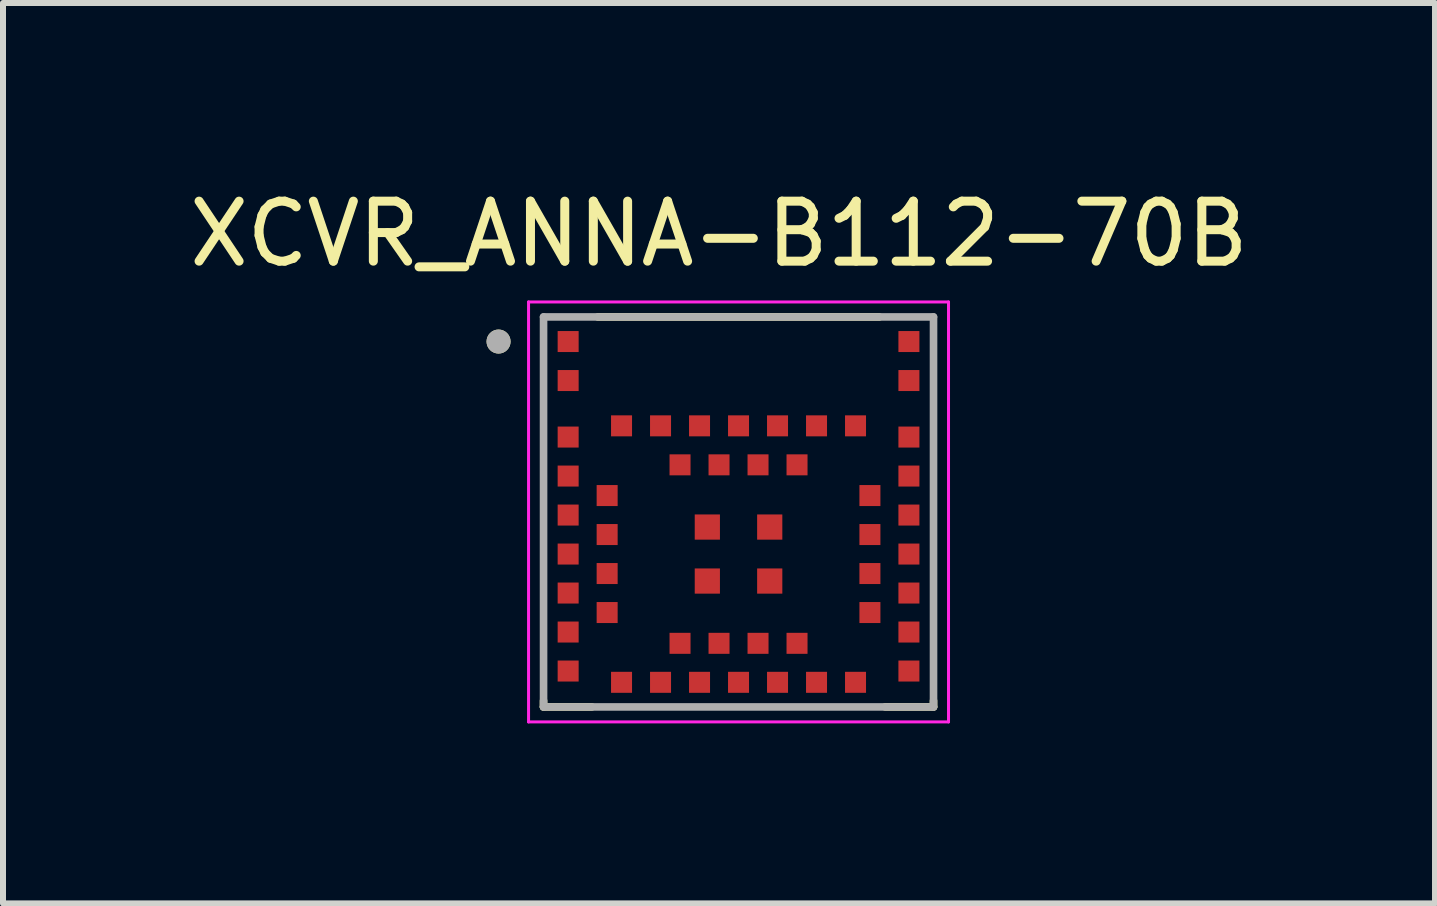
<source format=kicad_pcb>
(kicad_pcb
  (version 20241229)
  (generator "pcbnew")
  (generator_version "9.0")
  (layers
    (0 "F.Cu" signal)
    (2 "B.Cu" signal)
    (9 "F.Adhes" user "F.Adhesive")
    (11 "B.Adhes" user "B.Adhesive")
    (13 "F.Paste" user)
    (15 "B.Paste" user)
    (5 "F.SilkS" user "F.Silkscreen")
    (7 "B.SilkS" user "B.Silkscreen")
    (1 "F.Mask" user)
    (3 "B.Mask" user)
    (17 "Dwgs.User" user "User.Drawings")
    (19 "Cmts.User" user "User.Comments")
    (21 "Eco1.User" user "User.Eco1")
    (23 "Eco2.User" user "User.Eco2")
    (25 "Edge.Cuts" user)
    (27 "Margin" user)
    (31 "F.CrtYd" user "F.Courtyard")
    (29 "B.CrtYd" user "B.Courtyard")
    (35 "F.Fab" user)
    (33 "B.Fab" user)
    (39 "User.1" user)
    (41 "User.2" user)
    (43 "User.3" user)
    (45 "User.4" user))
  (footprint "XCVR_ANNA-B112-70B"
    (layer "F.Cu")
    (at 9.26 5.483)
    (property "Reference" "XCVR_ANNA-B112-70B" (at -0.325 -4.635 0) (layer "F.SilkS") (effects (font (size 1 1) (thickness 0.15))))
    (attr smd)
    (fp_line (start -3.25 3.25) (end -3.25 3.147) (stroke (width 0.127) (type solid)) (layer "F.SilkS"))
    (fp_line (start -3.25 3.25) (end -2.445 3.25) (stroke (width 0.127) (type solid)) (layer "F.SilkS"))
    (fp_line (start -2.345 -3.25) (end 2.345 -3.25) (stroke (width 0.127) (type solid)) (layer "F.SilkS"))
    (fp_line (start 2.445 3.25) (end 3.25 3.25) (stroke (width 0.127) (type solid)) (layer "F.SilkS"))
    (fp_line (start 3.25 3.25) (end 3.25 3.147) (stroke (width 0.127) (type solid)) (layer "F.SilkS"))
    (fp_circle (center -4 -2.84) (end -3.9 -2.84) (stroke (width 0.2) (type solid)) (fill no) (layer "F.SilkS"))
    (fp_line (start -3.5 -3.5) (end -3.5 3.5) (stroke (width 0.05) (type solid)) (layer "F.CrtYd"))
    (fp_line (start -3.5 3.5) (end 3.5 3.5) (stroke (width 0.05) (type solid)) (layer "F.CrtYd"))
    (fp_line (start 3.5 -3.5) (end -3.5 -3.5) (stroke (width 0.05) (type solid)) (layer "F.CrtYd"))
    (fp_line (start 3.5 3.5) (end 3.5 -3.5) (stroke (width 0.05) (type solid)) (layer "F.CrtYd"))
    (fp_line (start -3.25 -3.25) (end -3.25 3.25) (stroke (width 0.127) (type solid)) (layer "F.Fab"))
    (fp_line (start -3.25 3.25) (end 3.25 3.25) (stroke (width 0.127) (type solid)) (layer "F.Fab"))
    (fp_line (start 3.25 -3.25) (end -3.25 -3.25) (stroke (width 0.127) (type solid)) (layer "F.Fab"))
    (fp_line (start 3.25 3.25) (end 3.25 -3.25) (stroke (width 0.127) (type solid)) (layer "F.Fab"))
    (fp_circle (center -4 -2.84) (end -3.9 -2.84) (stroke (width 0.2) (type solid)) (fill no) (layer "F.Fab"))
    (pad "1" smd rect (at -2.84 -2.84) (size 0.35 0.35) (layers "F.Cu" "F.Mask" "F.Paste"))
    (pad "2" smd rect (at -2.84 -2.19) (size 0.35 0.35) (layers "F.Cu" "F.Mask" "F.Paste"))
    (pad "3" smd rect (at -2.84 -1.248) (size 0.35 0.35) (layers "F.Cu" "F.Mask" "F.Paste"))
    (pad "4" smd rect (at -2.84 -0.598) (size 0.35 0.35) (layers "F.Cu" "F.Mask" "F.Paste"))
    (pad "5" smd rect (at -2.84 0.052) (size 0.35 0.35) (layers "F.Cu" "F.Mask" "F.Paste"))
    (pad "6" smd rect (at -2.84 0.702) (size 0.35 0.35) (layers "F.Cu" "F.Mask" "F.Paste"))
    (pad "7" smd rect (at -2.84 1.352) (size 0.35 0.35) (layers "F.Cu" "F.Mask" "F.Paste"))
    (pad "8" smd rect (at -2.84 2.002) (size 0.35 0.35) (layers "F.Cu" "F.Mask" "F.Paste"))
    (pad "9" smd rect (at -2.84 2.652) (size 0.35 0.35) (layers "F.Cu" "F.Mask" "F.Paste"))
    (pad "10" smd rect (at -2.19 -0.273) (size 0.35 0.35) (layers "F.Cu" "F.Mask" "F.Paste"))
    (pad "11" smd rect (at -2.19 0.377) (size 0.35 0.35) (layers "F.Cu" "F.Mask" "F.Paste"))
    (pad "12" smd rect (at -2.19 1.027) (size 0.35 0.35) (layers "F.Cu" "F.Mask" "F.Paste"))
    (pad "13" smd rect (at -2.19 1.677) (size 0.35 0.35) (layers "F.Cu" "F.Mask" "F.Paste"))
    (pad "14" smd rect (at -1.95 2.84) (size 0.35 0.35) (layers "F.Cu" "F.Mask" "F.Paste"))
    (pad "15" smd rect (at -1.3 2.84) (size 0.35 0.35) (layers "F.Cu" "F.Mask" "F.Paste"))
    (pad "16" smd rect (at -0.65 2.84) (size 0.35 0.35) (layers "F.Cu" "F.Mask" "F.Paste"))
    (pad "17" smd rect (at 0 2.84) (size 0.35 0.35) (layers "F.Cu" "F.Mask" "F.Paste"))
    (pad "18" smd rect (at 0.65 2.84) (size 0.35 0.35) (layers "F.Cu" "F.Mask" "F.Paste"))
    (pad "19" smd rect (at 1.3 2.84) (size 0.35 0.35) (layers "F.Cu" "F.Mask" "F.Paste"))
    (pad "20" smd rect (at 1.95 2.84) (size 0.35 0.35) (layers "F.Cu" "F.Mask" "F.Paste"))
    (pad "21" smd rect (at -0.975 2.19) (size 0.35 0.35) (layers "F.Cu" "F.Mask" "F.Paste"))
    (pad "22" smd rect (at -0.325 2.19) (size 0.35 0.35) (layers "F.Cu" "F.Mask" "F.Paste"))
    (pad "23" smd rect (at 0.325 2.19) (size 0.35 0.35) (layers "F.Cu" "F.Mask" "F.Paste"))
    (pad "24" smd rect (at 0.975 2.19) (size 0.35 0.35) (layers "F.Cu" "F.Mask" "F.Paste"))
    (pad "25" smd rect (at 2.84 2.652) (size 0.35 0.35) (layers "F.Cu" "F.Mask" "F.Paste"))
    (pad "26" smd rect (at 2.84 2.002) (size 0.35 0.35) (layers "F.Cu" "F.Mask" "F.Paste"))
    (pad "27" smd rect (at 2.84 1.352) (size 0.35 0.35) (layers "F.Cu" "F.Mask" "F.Paste"))
    (pad "28" smd rect (at 2.84 0.702) (size 0.35 0.35) (layers "F.Cu" "F.Mask" "F.Paste"))
    (pad "29" smd rect (at 2.84 0.052) (size 0.35 0.35) (layers "F.Cu" "F.Mask" "F.Paste"))
    (pad "30" smd rect (at 2.84 -0.598) (size 0.35 0.35) (layers "F.Cu" "F.Mask" "F.Paste"))
    (pad "31" smd rect (at 2.84 -1.248) (size 0.35 0.35) (layers "F.Cu" "F.Mask" "F.Paste"))
    (pad "32" smd rect (at 2.84 -2.19) (size 0.35 0.35) (layers "F.Cu" "F.Mask" "F.Paste"))
    (pad "33" smd rect (at 2.84 -2.84) (size 0.35 0.35) (layers "F.Cu" "F.Mask" "F.Paste"))
    (pad "34" smd rect (at 2.19 1.677) (size 0.35 0.35) (layers "F.Cu" "F.Mask" "F.Paste"))
    (pad "35" smd rect (at 2.19 1.027) (size 0.35 0.35) (layers "F.Cu" "F.Mask" "F.Paste"))
    (pad "36" smd rect (at 2.19 0.377) (size 0.35 0.35) (layers "F.Cu" "F.Mask" "F.Paste"))
    (pad "37" smd rect (at 2.19 -0.273) (size 0.35 0.35) (layers "F.Cu" "F.Mask" "F.Paste"))
    (pad "38" smd rect (at 1.95 -1.435) (size 0.35 0.35) (layers "F.Cu" "F.Mask" "F.Paste"))
    (pad "39" smd rect (at 1.3 -1.435) (size 0.35 0.35) (layers "F.Cu" "F.Mask" "F.Paste"))
    (pad "40" smd rect (at 0.65 -1.435) (size 0.35 0.35) (layers "F.Cu" "F.Mask" "F.Paste"))
    (pad "41" smd rect (at 0 -1.435) (size 0.35 0.35) (layers "F.Cu" "F.Mask" "F.Paste"))
    (pad "42" smd rect (at -0.65 -1.435) (size 0.35 0.35) (layers "F.Cu" "F.Mask" "F.Paste"))
    (pad "43" smd rect (at -1.3 -1.435) (size 0.35 0.35) (layers "F.Cu" "F.Mask" "F.Paste"))
    (pad "44" smd rect (at -1.95 -1.435) (size 0.35 0.35) (layers "F.Cu" "F.Mask" "F.Paste"))
    (pad "45" smd rect (at 0.975 -0.785) (size 0.35 0.35) (layers "F.Cu" "F.Mask" "F.Paste"))
    (pad "46" smd rect (at 0.325 -0.785) (size 0.35 0.35) (layers "F.Cu" "F.Mask" "F.Paste"))
    (pad "47" smd rect (at -0.325 -0.785) (size 0.35 0.35) (layers "F.Cu" "F.Mask" "F.Paste"))
    (pad "48" smd rect (at -0.975 -0.785) (size 0.35 0.35) (layers "F.Cu" "F.Mask" "F.Paste"))
    (pad "49" smd rect (at -0.52 0.252) (size 0.42 0.42) (layers "F.Cu" "F.Mask" "F.Paste"))
    (pad "50" smd rect (at -0.52 1.152) (size 0.42 0.42) (layers "F.Cu" "F.Mask" "F.Paste"))
    (pad "51" smd rect (at 0.52 1.152) (size 0.42 0.42) (layers "F.Cu" "F.Mask" "F.Paste"))
    (pad "52" smd rect (at 0.52 0.252) (size 0.42 0.42) (layers "F.Cu" "F.Mask" "F.Paste")))
  (gr_rect
    (start -3 -3)
    (end 20.869 12.008)
    (stroke (width 0.1) (type default))
    (fill no)
    (layer "Edge.Cuts")))
</source>
